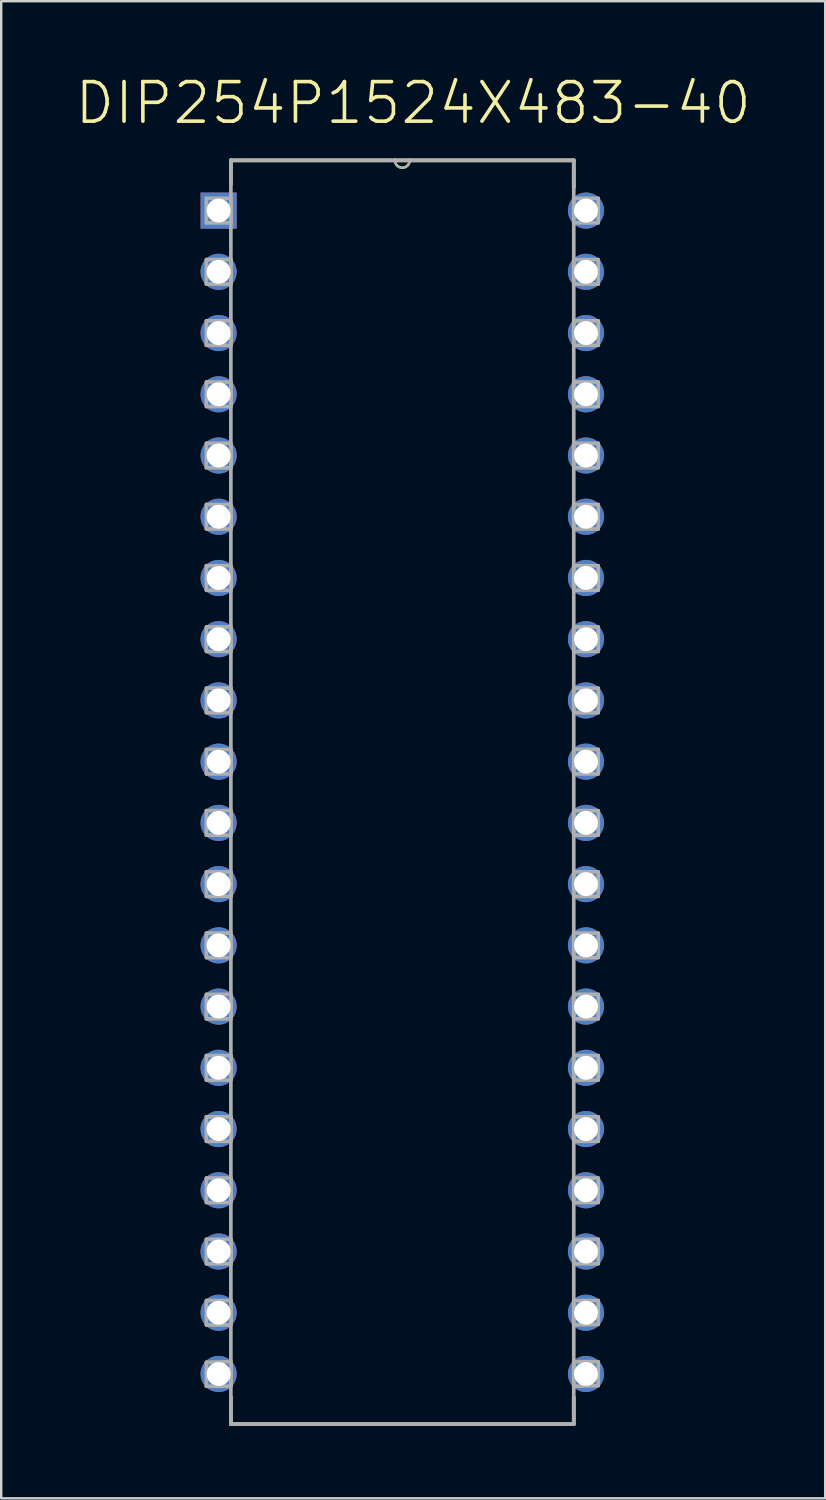
<source format=kicad_pcb>
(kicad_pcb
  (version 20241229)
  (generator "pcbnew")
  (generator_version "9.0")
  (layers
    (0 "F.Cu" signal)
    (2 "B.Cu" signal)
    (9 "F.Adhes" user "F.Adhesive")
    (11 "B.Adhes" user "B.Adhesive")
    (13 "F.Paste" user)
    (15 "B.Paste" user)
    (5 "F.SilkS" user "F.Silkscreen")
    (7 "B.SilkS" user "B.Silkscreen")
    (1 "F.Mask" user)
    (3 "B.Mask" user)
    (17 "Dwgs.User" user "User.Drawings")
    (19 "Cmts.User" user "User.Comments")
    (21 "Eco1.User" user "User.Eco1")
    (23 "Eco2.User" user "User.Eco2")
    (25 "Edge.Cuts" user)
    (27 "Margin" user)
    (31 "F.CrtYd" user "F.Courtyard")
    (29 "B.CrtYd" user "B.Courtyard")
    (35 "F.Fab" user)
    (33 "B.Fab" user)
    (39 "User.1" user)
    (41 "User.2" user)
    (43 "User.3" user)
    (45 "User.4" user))
  (footprint "DIP254P1524X483-40"
    (layer "F.Cu")
    (at 21.259 53.946)
    (property "Reference" "DIP254P1524X483-40" (at -7.169 -52.722 0) (layer "F.SilkS") (effects (font (size 1.641 1.641) (thickness 0.15))))
    (attr through_hole)
    (fp_line (start -14.732 -50.343) (end -14.732 -49.352) (stroke (width 0.152) (type solid)) (layer "F.SilkS"))
    (fp_line (start -14.732 0.965) (end -14.732 2.083) (stroke (width 0.152) (type solid)) (layer "F.SilkS"))
    (fp_line (start -14.732 2.083) (end -0.508 2.083) (stroke (width 0.152) (type solid)) (layer "F.SilkS"))
    (fp_line (start -7.925 -50.343) (end -14.732 -50.343) (stroke (width 0.152) (type solid)) (layer "F.SilkS"))
    (fp_line (start -7.315 -50.343) (end -7.925 -50.343) (stroke (width 0.152) (type solid)) (layer "F.SilkS"))
    (fp_line (start -0.508 -50.343) (end -7.315 -50.343) (stroke (width 0.152) (type solid)) (layer "F.SilkS"))
    (fp_line (start -0.508 -49.225) (end -0.508 -50.343) (stroke (width 0.152) (type solid)) (layer "F.SilkS"))
    (fp_line (start -0.508 2.083) (end -0.508 0.965) (stroke (width 0.152) (type solid)) (layer "F.SilkS"))
    (fp_arc (start -7.3152 -50.3428) (mid -7.62 -50.038) (end -7.9248 -50.3428) (stroke (width 0.1) (type solid)) (layer "F.SilkS"))
    (fp_line (start -15.748 -48.768) (end -15.748 -47.752) (stroke (width 0.152) (type solid)) (layer "F.Fab"))
    (fp_line (start -15.748 -47.752) (end -14.732 -47.752) (stroke (width 0.152) (type solid)) (layer "F.Fab"))
    (fp_line (start -15.748 -46.228) (end -15.748 -45.212) (stroke (width 0.152) (type solid)) (layer "F.Fab"))
    (fp_line (start -15.748 -45.212) (end -14.732 -45.212) (stroke (width 0.152) (type solid)) (layer "F.Fab"))
    (fp_line (start -15.748 -43.688) (end -15.748 -42.672) (stroke (width 0.152) (type solid)) (layer "F.Fab"))
    (fp_line (start -15.748 -42.672) (end -14.732 -42.672) (stroke (width 0.152) (type solid)) (layer "F.Fab"))
    (fp_line (start -15.748 -41.148) (end -15.748 -40.132) (stroke (width 0.152) (type solid)) (layer "F.Fab"))
    (fp_line (start -15.748 -40.132) (end -14.732 -40.132) (stroke (width 0.152) (type solid)) (layer "F.Fab"))
    (fp_line (start -15.748 -38.608) (end -15.748 -37.592) (stroke (width 0.152) (type solid)) (layer "F.Fab"))
    (fp_line (start -15.748 -37.592) (end -14.732 -37.592) (stroke (width 0.152) (type solid)) (layer "F.Fab"))
    (fp_line (start -15.748 -36.068) (end -15.748 -35.052) (stroke (width 0.152) (type solid)) (layer "F.Fab"))
    (fp_line (start -15.748 -35.052) (end -14.732 -35.052) (stroke (width 0.152) (type solid)) (layer "F.Fab"))
    (fp_line (start -15.748 -33.528) (end -15.748 -32.512) (stroke (width 0.152) (type solid)) (layer "F.Fab"))
    (fp_line (start -15.748 -32.512) (end -14.732 -32.512) (stroke (width 0.152) (type solid)) (layer "F.Fab"))
    (fp_line (start -15.748 -30.988) (end -15.748 -29.972) (stroke (width 0.152) (type solid)) (layer "F.Fab"))
    (fp_line (start -15.748 -29.972) (end -14.732 -29.972) (stroke (width 0.152) (type solid)) (layer "F.Fab"))
    (fp_line (start -15.748 -28.448) (end -15.748 -27.432) (stroke (width 0.152) (type solid)) (layer "F.Fab"))
    (fp_line (start -15.748 -27.432) (end -14.732 -27.432) (stroke (width 0.152) (type solid)) (layer "F.Fab"))
    (fp_line (start -15.748 -25.908) (end -15.748 -24.892) (stroke (width 0.152) (type solid)) (layer "F.Fab"))
    (fp_line (start -15.748 -24.892) (end -14.732 -24.892) (stroke (width 0.152) (type solid)) (layer "F.Fab"))
    (fp_line (start -15.748 -23.368) (end -15.748 -22.352) (stroke (width 0.152) (type solid)) (layer "F.Fab"))
    (fp_line (start -15.748 -22.352) (end -14.732 -22.352) (stroke (width 0.152) (type solid)) (layer "F.Fab"))
    (fp_line (start -15.748 -20.828) (end -15.748 -19.812) (stroke (width 0.152) (type solid)) (layer "F.Fab"))
    (fp_line (start -15.748 -19.812) (end -14.732 -19.812) (stroke (width 0.152) (type solid)) (layer "F.Fab"))
    (fp_line (start -15.748 -18.288) (end -15.748 -17.272) (stroke (width 0.152) (type solid)) (layer "F.Fab"))
    (fp_line (start -15.748 -17.272) (end -14.732 -17.272) (stroke (width 0.152) (type solid)) (layer "F.Fab"))
    (fp_line (start -15.748 -15.748) (end -15.748 -14.732) (stroke (width 0.152) (type solid)) (layer "F.Fab"))
    (fp_line (start -15.748 -14.732) (end -14.732 -14.732) (stroke (width 0.152) (type solid)) (layer "F.Fab"))
    (fp_line (start -15.748 -13.208) (end -15.748 -12.192) (stroke (width 0.152) (type solid)) (layer "F.Fab"))
    (fp_line (start -15.748 -12.192) (end -14.732 -12.192) (stroke (width 0.152) (type solid)) (layer "F.Fab"))
    (fp_line (start -15.748 -10.668) (end -15.748 -9.652) (stroke (width 0.152) (type solid)) (layer "F.Fab"))
    (fp_line (start -15.748 -9.652) (end -14.732 -9.652) (stroke (width 0.152) (type solid)) (layer "F.Fab"))
    (fp_line (start -15.748 -8.128) (end -15.748 -7.112) (stroke (width 0.152) (type solid)) (layer "F.Fab"))
    (fp_line (start -15.748 -7.112) (end -14.732 -7.112) (stroke (width 0.152) (type solid)) (layer "F.Fab"))
    (fp_line (start -15.748 -5.588) (end -15.748 -4.572) (stroke (width 0.152) (type solid)) (layer "F.Fab"))
    (fp_line (start -15.748 -4.572) (end -14.732 -4.572) (stroke (width 0.152) (type solid)) (layer "F.Fab"))
    (fp_line (start -15.748 -3.048) (end -15.748 -2.032) (stroke (width 0.152) (type solid)) (layer "F.Fab"))
    (fp_line (start -15.748 -2.032) (end -14.732 -2.032) (stroke (width 0.152) (type solid)) (layer "F.Fab"))
    (fp_line (start -15.748 -0.483) (end -15.748 0.508) (stroke (width 0.152) (type solid)) (layer "F.Fab"))
    (fp_line (start -15.748 0.508) (end -14.732 0.508) (stroke (width 0.152) (type solid)) (layer "F.Fab"))
    (fp_line (start -14.732 -50.343) (end -14.732 2.083) (stroke (width 0.152) (type solid)) (layer "F.Fab"))
    (fp_line (start -14.732 -48.768) (end -15.748 -48.768) (stroke (width 0.152) (type solid)) (layer "F.Fab"))
    (fp_line (start -14.732 -47.752) (end -14.732 -48.768) (stroke (width 0.152) (type solid)) (layer "F.Fab"))
    (fp_line (start -14.732 -46.228) (end -15.748 -46.228) (stroke (width 0.152) (type solid)) (layer "F.Fab"))
    (fp_line (start -14.732 -45.212) (end -14.732 -46.228) (stroke (width 0.152) (type solid)) (layer "F.Fab"))
    (fp_line (start -14.732 -43.688) (end -15.748 -43.688) (stroke (width 0.152) (type solid)) (layer "F.Fab"))
    (fp_line (start -14.732 -42.672) (end -14.732 -43.688) (stroke (width 0.152) (type solid)) (layer "F.Fab"))
    (fp_line (start -14.732 -41.148) (end -15.748 -41.148) (stroke (width 0.152) (type solid)) (layer "F.Fab"))
    (fp_line (start -14.732 -40.132) (end -14.732 -41.148) (stroke (width 0.152) (type solid)) (layer "F.Fab"))
    (fp_line (start -14.732 -38.608) (end -15.748 -38.608) (stroke (width 0.152) (type solid)) (layer "F.Fab"))
    (fp_line (start -14.732 -37.592) (end -14.732 -38.608) (stroke (width 0.152) (type solid)) (layer "F.Fab"))
    (fp_line (start -14.732 -36.068) (end -15.748 -36.068) (stroke (width 0.152) (type solid)) (layer "F.Fab"))
    (fp_line (start -14.732 -35.052) (end -14.732 -36.068) (stroke (width 0.152) (type solid)) (layer "F.Fab"))
    (fp_line (start -14.732 -33.528) (end -15.748 -33.528) (stroke (width 0.152) (type solid)) (layer "F.Fab"))
    (fp_line (start -14.732 -32.512) (end -14.732 -33.528) (stroke (width 0.152) (type solid)) (layer "F.Fab"))
    (fp_line (start -14.732 -30.988) (end -15.748 -30.988) (stroke (width 0.152) (type solid)) (layer "F.Fab"))
    (fp_line (start -14.732 -29.972) (end -14.732 -30.988) (stroke (width 0.152) (type solid)) (layer "F.Fab"))
    (fp_line (start -14.732 -28.448) (end -15.748 -28.448) (stroke (width 0.152) (type solid)) (layer "F.Fab"))
    (fp_line (start -14.732 -27.432) (end -14.732 -28.448) (stroke (width 0.152) (type solid)) (layer "F.Fab"))
    (fp_line (start -14.732 -25.908) (end -15.748 -25.908) (stroke (width 0.152) (type solid)) (layer "F.Fab"))
    (fp_line (start -14.732 -24.892) (end -14.732 -25.908) (stroke (width 0.152) (type solid)) (layer "F.Fab"))
    (fp_line (start -14.732 -23.368) (end -15.748 -23.368) (stroke (width 0.152) (type solid)) (layer "F.Fab"))
    (fp_line (start -14.732 -22.352) (end -14.732 -23.368) (stroke (width 0.152) (type solid)) (layer "F.Fab"))
    (fp_line (start -14.732 -20.828) (end -15.748 -20.828) (stroke (width 0.152) (type solid)) (layer "F.Fab"))
    (fp_line (start -14.732 -19.812) (end -14.732 -20.828) (stroke (width 0.152) (type solid)) (layer "F.Fab"))
    (fp_line (start -14.732 -18.288) (end -15.748 -18.288) (stroke (width 0.152) (type solid)) (layer "F.Fab"))
    (fp_line (start -14.732 -17.272) (end -14.732 -18.288) (stroke (width 0.152) (type solid)) (layer "F.Fab"))
    (fp_line (start -14.732 -15.748) (end -15.748 -15.748) (stroke (width 0.152) (type solid)) (layer "F.Fab"))
    (fp_line (start -14.732 -14.732) (end -14.732 -15.748) (stroke (width 0.152) (type solid)) (layer "F.Fab"))
    (fp_line (start -14.732 -13.208) (end -15.748 -13.208) (stroke (width 0.152) (type solid)) (layer "F.Fab"))
    (fp_line (start -14.732 -12.192) (end -14.732 -13.208) (stroke (width 0.152) (type solid)) (layer "F.Fab"))
    (fp_line (start -14.732 -10.668) (end -15.748 -10.668) (stroke (width 0.152) (type solid)) (layer "F.Fab"))
    (fp_line (start -14.732 -9.652) (end -14.732 -10.668) (stroke (width 0.152) (type solid)) (layer "F.Fab"))
    (fp_line (start -14.732 -8.128) (end -15.748 -8.128) (stroke (width 0.152) (type solid)) (layer "F.Fab"))
    (fp_line (start -14.732 -7.112) (end -14.732 -8.128) (stroke (width 0.152) (type solid)) (layer "F.Fab"))
    (fp_line (start -14.732 -5.588) (end -15.748 -5.588) (stroke (width 0.152) (type solid)) (layer "F.Fab"))
    (fp_line (start -14.732 -4.572) (end -14.732 -5.588) (stroke (width 0.152) (type solid)) (layer "F.Fab"))
    (fp_line (start -14.732 -3.048) (end -15.748 -3.048) (stroke (width 0.152) (type solid)) (layer "F.Fab"))
    (fp_line (start -14.732 -2.032) (end -14.732 -3.048) (stroke (width 0.152) (type solid)) (layer "F.Fab"))
    (fp_line (start -14.732 -0.508) (end -15.748 -0.483) (stroke (width 0.152) (type solid)) (layer "F.Fab"))
    (fp_line (start -14.732 0.508) (end -14.732 -0.508) (stroke (width 0.152) (type solid)) (layer "F.Fab"))
    (fp_line (start -14.732 2.083) (end -0.508 2.083) (stroke (width 0.152) (type solid)) (layer "F.Fab"))
    (fp_line (start -7.925 -50.343) (end -14.732 -50.343) (stroke (width 0.152) (type solid)) (layer "F.Fab"))
    (fp_line (start -7.315 -50.343) (end -7.925 -50.343) (stroke (width 0.152) (type solid)) (layer "F.Fab"))
    (fp_line (start -0.508 -50.343) (end -7.315 -50.343) (stroke (width 0.152) (type solid)) (layer "F.Fab"))
    (fp_line (start -0.508 -48.768) (end -0.508 -47.752) (stroke (width 0.152) (type solid)) (layer "F.Fab"))
    (fp_line (start -0.508 -47.752) (end 0.508 -47.752) (stroke (width 0.152) (type solid)) (layer "F.Fab"))
    (fp_line (start -0.508 -46.228) (end -0.508 -45.212) (stroke (width 0.152) (type solid)) (layer "F.Fab"))
    (fp_line (start -0.508 -45.212) (end 0.508 -45.212) (stroke (width 0.152) (type solid)) (layer "F.Fab"))
    (fp_line (start -0.508 -43.688) (end -0.508 -42.672) (stroke (width 0.152) (type solid)) (layer "F.Fab"))
    (fp_line (start -0.508 -42.672) (end 0.508 -42.672) (stroke (width 0.152) (type solid)) (layer "F.Fab"))
    (fp_line (start -0.508 -41.148) (end -0.508 -40.132) (stroke (width 0.152) (type solid)) (layer "F.Fab"))
    (fp_line (start -0.508 -40.132) (end 0.508 -40.132) (stroke (width 0.152) (type solid)) (layer "F.Fab"))
    (fp_line (start -0.508 -38.608) (end -0.508 -37.592) (stroke (width 0.152) (type solid)) (layer "F.Fab"))
    (fp_line (start -0.508 -37.592) (end 0.508 -37.592) (stroke (width 0.152) (type solid)) (layer "F.Fab"))
    (fp_line (start -0.508 -36.068) (end -0.508 -35.052) (stroke (width 0.152) (type solid)) (layer "F.Fab"))
    (fp_line (start -0.508 -35.052) (end 0.508 -35.052) (stroke (width 0.152) (type solid)) (layer "F.Fab"))
    (fp_line (start -0.508 -33.528) (end -0.508 -32.512) (stroke (width 0.152) (type solid)) (layer "F.Fab"))
    (fp_line (start -0.508 -32.512) (end 0.508 -32.512) (stroke (width 0.152) (type solid)) (layer "F.Fab"))
    (fp_line (start -0.508 -30.988) (end -0.508 -29.972) (stroke (width 0.152) (type solid)) (layer "F.Fab"))
    (fp_line (start -0.508 -29.972) (end 0.508 -29.972) (stroke (width 0.152) (type solid)) (layer "F.Fab"))
    (fp_line (start -0.508 -28.448) (end -0.508 -27.432) (stroke (width 0.152) (type solid)) (layer "F.Fab"))
    (fp_line (start -0.508 -27.432) (end 0.508 -27.432) (stroke (width 0.152) (type solid)) (layer "F.Fab"))
    (fp_line (start -0.508 -25.908) (end -0.508 -24.892) (stroke (width 0.152) (type solid)) (layer "F.Fab"))
    (fp_line (start -0.508 -24.892) (end 0.508 -24.892) (stroke (width 0.152) (type solid)) (layer "F.Fab"))
    (fp_line (start -0.508 -23.368) (end -0.508 -22.352) (stroke (width 0.152) (type solid)) (layer "F.Fab"))
    (fp_line (start -0.508 -22.352) (end 0.508 -22.352) (stroke (width 0.152) (type solid)) (layer "F.Fab"))
    (fp_line (start -0.508 -20.828) (end -0.508 -19.812) (stroke (width 0.152) (type solid)) (layer "F.Fab"))
    (fp_line (start -0.508 -19.812) (end 0.508 -19.812) (stroke (width 0.152) (type solid)) (layer "F.Fab"))
    (fp_line (start -0.508 -18.288) (end -0.508 -17.272) (stroke (width 0.152) (type solid)) (layer "F.Fab"))
    (fp_line (start -0.508 -17.272) (end 0.508 -17.272) (stroke (width 0.152) (type solid)) (layer "F.Fab"))
    (fp_line (start -0.508 -15.748) (end -0.508 -14.732) (stroke (width 0.152) (type solid)) (layer "F.Fab"))
    (fp_line (start -0.508 -14.732) (end 0.508 -14.732) (stroke (width 0.152) (type solid)) (layer "F.Fab"))
    (fp_line (start -0.508 -13.208) (end -0.508 -12.192) (stroke (width 0.152) (type solid)) (layer "F.Fab"))
    (fp_line (start -0.508 -12.192) (end 0.508 -12.192) (stroke (width 0.152) (type solid)) (layer "F.Fab"))
    (fp_line (start -0.508 -10.668) (end -0.508 -9.652) (stroke (width 0.152) (type solid)) (layer "F.Fab"))
    (fp_line (start -0.508 -9.652) (end 0.508 -9.652) (stroke (width 0.152) (type solid)) (layer "F.Fab"))
    (fp_line (start -0.508 -8.128) (end -0.508 -7.112) (stroke (width 0.152) (type solid)) (layer "F.Fab"))
    (fp_line (start -0.508 -7.112) (end 0.508 -7.112) (stroke (width 0.152) (type solid)) (layer "F.Fab"))
    (fp_line (start -0.508 -5.588) (end -0.508 -4.572) (stroke (width 0.152) (type solid)) (layer "F.Fab"))
    (fp_line (start -0.508 -4.572) (end 0.508 -4.572) (stroke (width 0.152) (type solid)) (layer "F.Fab"))
    (fp_line (start -0.508 -3.048) (end -0.508 -2.032) (stroke (width 0.152) (type solid)) (layer "F.Fab"))
    (fp_line (start -0.508 -2.032) (end 0.508 -2.057) (stroke (width 0.152) (type solid)) (layer "F.Fab"))
    (fp_line (start -0.508 -0.508) (end -0.508 0.508) (stroke (width 0.152) (type solid)) (layer "F.Fab"))
    (fp_line (start -0.508 0.508) (end 0.508 0.483) (stroke (width 0.152) (type solid)) (layer "F.Fab"))
    (fp_line (start -0.508 2.083) (end -0.508 -50.343) (stroke (width 0.152) (type solid)) (layer "F.Fab"))
    (fp_line (start 0.508 -48.768) (end -0.508 -48.768) (stroke (width 0.152) (type solid)) (layer "F.Fab"))
    (fp_line (start 0.508 -47.752) (end 0.508 -48.768) (stroke (width 0.152) (type solid)) (layer "F.Fab"))
    (fp_line (start 0.508 -46.228) (end -0.508 -46.228) (stroke (width 0.152) (type solid)) (layer "F.Fab"))
    (fp_line (start 0.508 -45.212) (end 0.508 -46.228) (stroke (width 0.152) (type solid)) (layer "F.Fab"))
    (fp_line (start 0.508 -43.688) (end -0.508 -43.688) (stroke (width 0.152) (type solid)) (layer "F.Fab"))
    (fp_line (start 0.508 -42.672) (end 0.508 -43.688) (stroke (width 0.152) (type solid)) (layer "F.Fab"))
    (fp_line (start 0.508 -41.148) (end -0.508 -41.148) (stroke (width 0.152) (type solid)) (layer "F.Fab"))
    (fp_line (start 0.508 -40.132) (end 0.508 -41.148) (stroke (width 0.152) (type solid)) (layer "F.Fab"))
    (fp_line (start 0.508 -38.608) (end -0.508 -38.608) (stroke (width 0.152) (type solid)) (layer "F.Fab"))
    (fp_line (start 0.508 -37.592) (end 0.508 -38.608) (stroke (width 0.152) (type solid)) (layer "F.Fab"))
    (fp_line (start 0.508 -36.068) (end -0.508 -36.068) (stroke (width 0.152) (type solid)) (layer "F.Fab"))
    (fp_line (start 0.508 -35.052) (end 0.508 -36.068) (stroke (width 0.152) (type solid)) (layer "F.Fab"))
    (fp_line (start 0.508 -33.528) (end -0.508 -33.528) (stroke (width 0.152) (type solid)) (layer "F.Fab"))
    (fp_line (start 0.508 -32.512) (end 0.508 -33.528) (stroke (width 0.152) (type solid)) (layer "F.Fab"))
    (fp_line (start 0.508 -30.988) (end -0.508 -30.988) (stroke (width 0.152) (type solid)) (layer "F.Fab"))
    (fp_line (start 0.508 -29.972) (end 0.508 -30.988) (stroke (width 0.152) (type solid)) (layer "F.Fab"))
    (fp_line (start 0.508 -28.448) (end -0.508 -28.448) (stroke (width 0.152) (type solid)) (layer "F.Fab"))
    (fp_line (start 0.508 -27.432) (end 0.508 -28.448) (stroke (width 0.152) (type solid)) (layer "F.Fab"))
    (fp_line (start 0.508 -25.908) (end -0.508 -25.908) (stroke (width 0.152) (type solid)) (layer "F.Fab"))
    (fp_line (start 0.508 -24.892) (end 0.508 -25.908) (stroke (width 0.152) (type solid)) (layer "F.Fab"))
    (fp_line (start 0.508 -23.368) (end -0.508 -23.368) (stroke (width 0.152) (type solid)) (layer "F.Fab"))
    (fp_line (start 0.508 -22.352) (end 0.508 -23.368) (stroke (width 0.152) (type solid)) (layer "F.Fab"))
    (fp_line (start 0.508 -20.828) (end -0.508 -20.828) (stroke (width 0.152) (type solid)) (layer "F.Fab"))
    (fp_line (start 0.508 -19.812) (end 0.508 -20.828) (stroke (width 0.152) (type solid)) (layer "F.Fab"))
    (fp_line (start 0.508 -18.288) (end -0.508 -18.288) (stroke (width 0.152) (type solid)) (layer "F.Fab"))
    (fp_line (start 0.508 -17.272) (end 0.508 -18.288) (stroke (width 0.152) (type solid)) (layer "F.Fab"))
    (fp_line (start 0.508 -15.748) (end -0.508 -15.748) (stroke (width 0.152) (type solid)) (layer "F.Fab"))
    (fp_line (start 0.508 -14.732) (end 0.508 -15.748) (stroke (width 0.152) (type solid)) (layer "F.Fab"))
    (fp_line (start 0.508 -13.208) (end -0.508 -13.208) (stroke (width 0.152) (type solid)) (layer "F.Fab"))
    (fp_line (start 0.508 -12.192) (end 0.508 -13.208) (stroke (width 0.152) (type solid)) (layer "F.Fab"))
    (fp_line (start 0.508 -10.668) (end -0.508 -10.668) (stroke (width 0.152) (type solid)) (layer "F.Fab"))
    (fp_line (start 0.508 -9.652) (end 0.508 -10.668) (stroke (width 0.152) (type solid)) (layer "F.Fab"))
    (fp_line (start 0.508 -8.128) (end -0.508 -8.128) (stroke (width 0.152) (type solid)) (layer "F.Fab"))
    (fp_line (start 0.508 -7.112) (end 0.508 -8.128) (stroke (width 0.152) (type solid)) (layer "F.Fab"))
    (fp_line (start 0.508 -5.588) (end -0.508 -5.588) (stroke (width 0.152) (type solid)) (layer "F.Fab"))
    (fp_line (start 0.508 -4.572) (end 0.508 -5.588) (stroke (width 0.152) (type solid)) (layer "F.Fab"))
    (fp_line (start 0.508 -3.048) (end -0.508 -3.048) (stroke (width 0.152) (type solid)) (layer "F.Fab"))
    (fp_line (start 0.508 -2.057) (end 0.508 -3.048) (stroke (width 0.152) (type solid)) (layer "F.Fab"))
    (fp_line (start 0.508 -0.508) (end -0.508 -0.508) (stroke (width 0.152) (type solid)) (layer "F.Fab"))
    (fp_line (start 0.508 0.483) (end 0.508 -0.508) (stroke (width 0.152) (type solid)) (layer "F.Fab"))
    (fp_arc (start -7.3152 -50.3428) (mid -7.62 -50.038) (end -7.9248 -50.3428) (stroke (width 0.1) (type solid)) (layer "F.Fab"))
    (pad "1" thru_hole rect (at -15.24 -48.26) (size 1.499 1.499) (drill 0.991) (layers "*.Cu" "*.Mask"))
    (pad "2" thru_hole circle (at -15.24 -45.72) (size 1.499 1.499) (drill 0.991) (layers "*.Cu" "*.Mask"))
    (pad "3" thru_hole circle (at -15.24 -43.18) (size 1.499 1.499) (drill 0.991) (layers "*.Cu" "*.Mask"))
    (pad "4" thru_hole circle (at -15.24 -40.64) (size 1.499 1.499) (drill 0.991) (layers "*.Cu" "*.Mask"))
    (pad "5" thru_hole circle (at -15.24 -38.1) (size 1.499 1.499) (drill 0.991) (layers "*.Cu" "*.Mask"))
    (pad "6" thru_hole circle (at -15.24 -35.56) (size 1.499 1.499) (drill 0.991) (layers "*.Cu" "*.Mask"))
    (pad "7" thru_hole circle (at -15.24 -33.02) (size 1.499 1.499) (drill 0.991) (layers "*.Cu" "*.Mask"))
    (pad "8" thru_hole circle (at -15.24 -30.48) (size 1.499 1.499) (drill 0.991) (layers "*.Cu" "*.Mask"))
    (pad "9" thru_hole circle (at -15.24 -27.94) (size 1.499 1.499) (drill 0.991) (layers "*.Cu" "*.Mask"))
    (pad "10" thru_hole circle (at -15.24 -25.4) (size 1.499 1.499) (drill 0.991) (layers "*.Cu" "*.Mask"))
    (pad "11" thru_hole circle (at -15.24 -22.86) (size 1.499 1.499) (drill 0.991) (layers "*.Cu" "*.Mask"))
    (pad "12" thru_hole circle (at -15.24 -20.32) (size 1.499 1.499) (drill 0.991) (layers "*.Cu" "*.Mask"))
    (pad "13" thru_hole circle (at -15.24 -17.78) (size 1.499 1.499) (drill 0.991) (layers "*.Cu" "*.Mask"))
    (pad "14" thru_hole circle (at -15.24 -15.24) (size 1.499 1.499) (drill 0.991) (layers "*.Cu" "*.Mask"))
    (pad "15" thru_hole circle (at -15.24 -12.7) (size 1.499 1.499) (drill 0.991) (layers "*.Cu" "*.Mask"))
    (pad "16" thru_hole circle (at -15.24 -10.16) (size 1.499 1.499) (drill 0.991) (layers "*.Cu" "*.Mask"))
    (pad "17" thru_hole circle (at -15.24 -7.62) (size 1.499 1.499) (drill 0.991) (layers "*.Cu" "*.Mask"))
    (pad "18" thru_hole circle (at -15.24 -5.08) (size 1.499 1.499) (drill 0.991) (layers "*.Cu" "*.Mask"))
    (pad "19" thru_hole circle (at -15.24 -2.54) (size 1.499 1.499) (drill 0.991) (layers "*.Cu" "*.Mask"))
    (pad "20" thru_hole circle (at -15.24 0) (size 1.499 1.499) (drill 0.991) (layers "*.Cu" "*.Mask"))
    (pad "21" thru_hole circle (at 0 0) (size 1.499 1.499) (drill 0.991) (layers "*.Cu" "*.Mask"))
    (pad "22" thru_hole circle (at 0 -2.54) (size 1.499 1.499) (drill 0.991) (layers "*.Cu" "*.Mask"))
    (pad "23" thru_hole circle (at 0 -5.08) (size 1.499 1.499) (drill 0.991) (layers "*.Cu" "*.Mask"))
    (pad "24" thru_hole circle (at 0 -7.62) (size 1.499 1.499) (drill 0.991) (layers "*.Cu" "*.Mask"))
    (pad "25" thru_hole circle (at 0 -10.16) (size 1.499 1.499) (drill 0.991) (layers "*.Cu" "*.Mask"))
    (pad "26" thru_hole circle (at 0 -12.7) (size 1.499 1.499) (drill 0.991) (layers "*.Cu" "*.Mask"))
    (pad "27" thru_hole circle (at 0 -15.24) (size 1.499 1.499) (drill 0.991) (layers "*.Cu" "*.Mask"))
    (pad "28" thru_hole circle (at 0 -17.78) (size 1.499 1.499) (drill 0.991) (layers "*.Cu" "*.Mask"))
    (pad "29" thru_hole circle (at 0 -20.32) (size 1.499 1.499) (drill 0.991) (layers "*.Cu" "*.Mask"))
    (pad "30" thru_hole circle (at 0 -22.86) (size 1.499 1.499) (drill 0.991) (layers "*.Cu" "*.Mask"))
    (pad "31" thru_hole circle (at 0 -25.4) (size 1.499 1.499) (drill 0.991) (layers "*.Cu" "*.Mask"))
    (pad "32" thru_hole circle (at 0 -27.94) (size 1.499 1.499) (drill 0.991) (layers "*.Cu" "*.Mask"))
    (pad "33" thru_hole circle (at 0 -30.48) (size 1.499 1.499) (drill 0.991) (layers "*.Cu" "*.Mask"))
    (pad "34" thru_hole circle (at 0 -33.02) (size 1.499 1.499) (drill 0.991) (layers "*.Cu" "*.Mask"))
    (pad "35" thru_hole circle (at 0 -35.56) (size 1.499 1.499) (drill 0.991) (layers "*.Cu" "*.Mask"))
    (pad "36" thru_hole circle (at 0 -38.1) (size 1.499 1.499) (drill 0.991) (layers "*.Cu" "*.Mask"))
    (pad "37" thru_hole circle (at 0 -40.64) (size 1.499 1.499) (drill 0.991) (layers "*.Cu" "*.Mask"))
    (pad "38" thru_hole circle (at 0 -43.18) (size 1.499 1.499) (drill 0.991) (layers "*.Cu" "*.Mask"))
    (pad "39" thru_hole circle (at 0 -45.72) (size 1.499 1.499) (drill 0.991) (layers "*.Cu" "*.Mask"))
    (pad "40" thru_hole circle (at 0 -48.26) (size 1.499 1.499) (drill 0.991) (layers "*.Cu" "*.Mask")))
  (gr_rect
    (start -3 -3)
    (end 31.181 59.105)
    (stroke (width 0.1) (type default))
    (fill no)
    (layer "Edge.Cuts")))
</source>
